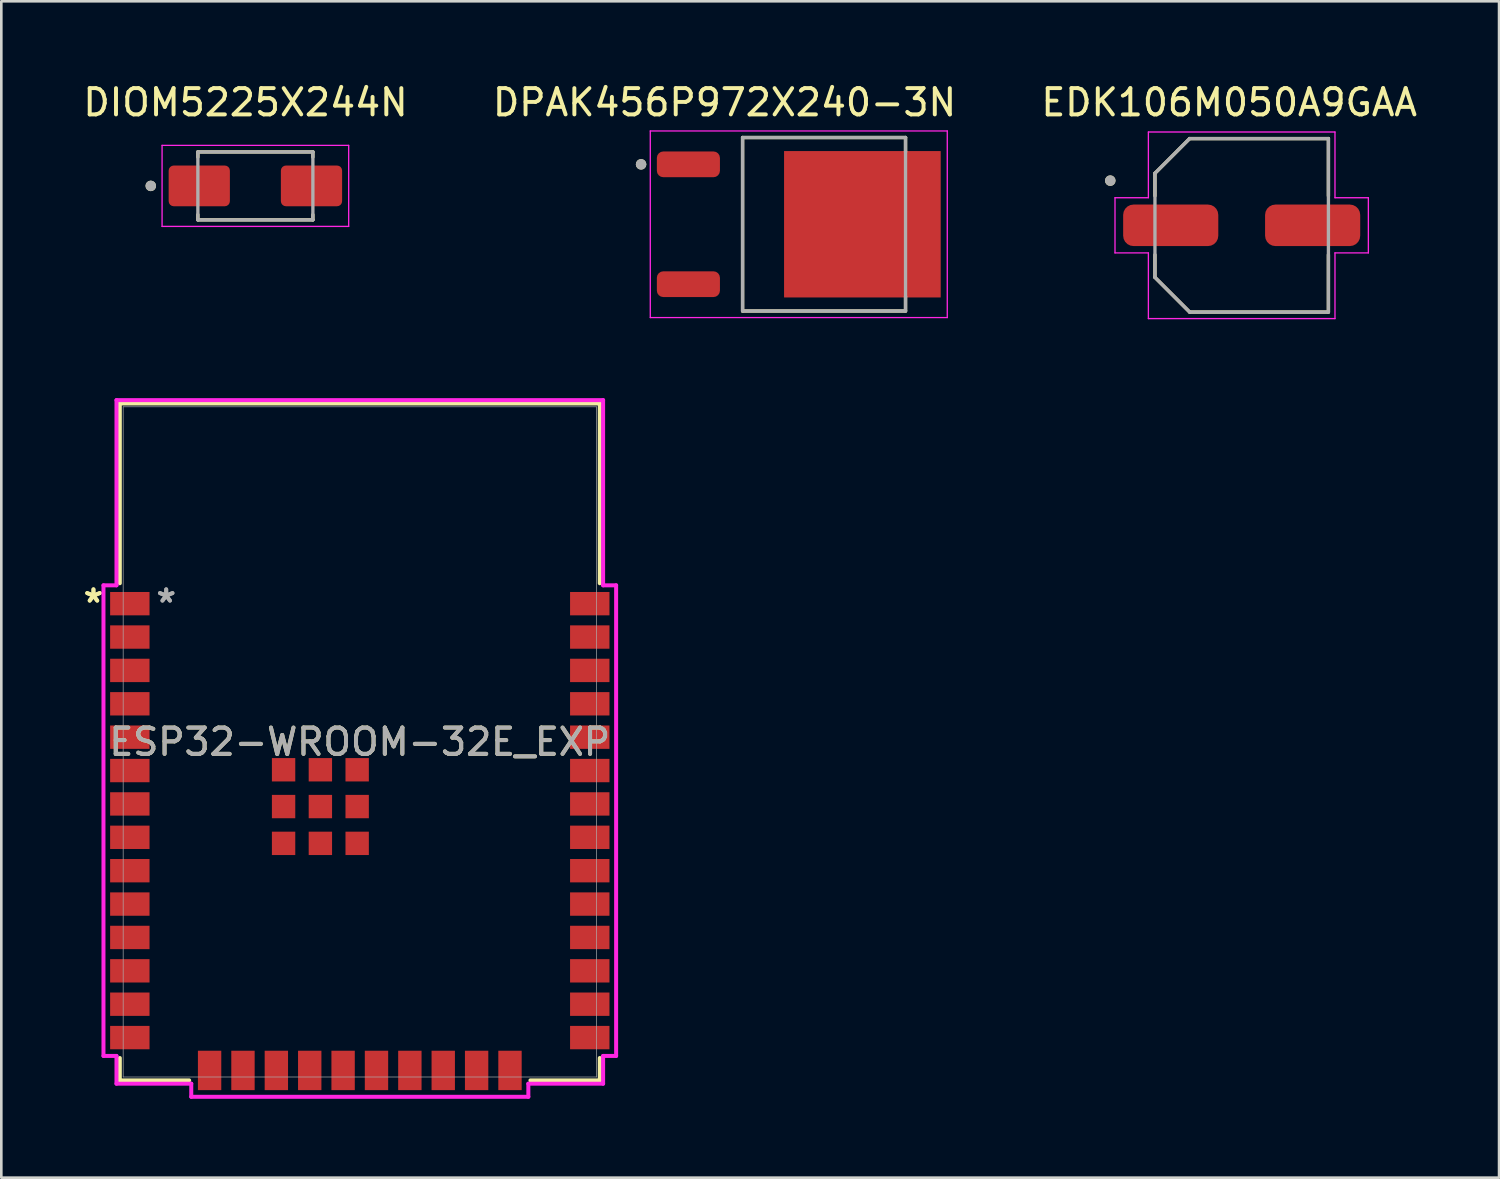
<source format=kicad_pcb>
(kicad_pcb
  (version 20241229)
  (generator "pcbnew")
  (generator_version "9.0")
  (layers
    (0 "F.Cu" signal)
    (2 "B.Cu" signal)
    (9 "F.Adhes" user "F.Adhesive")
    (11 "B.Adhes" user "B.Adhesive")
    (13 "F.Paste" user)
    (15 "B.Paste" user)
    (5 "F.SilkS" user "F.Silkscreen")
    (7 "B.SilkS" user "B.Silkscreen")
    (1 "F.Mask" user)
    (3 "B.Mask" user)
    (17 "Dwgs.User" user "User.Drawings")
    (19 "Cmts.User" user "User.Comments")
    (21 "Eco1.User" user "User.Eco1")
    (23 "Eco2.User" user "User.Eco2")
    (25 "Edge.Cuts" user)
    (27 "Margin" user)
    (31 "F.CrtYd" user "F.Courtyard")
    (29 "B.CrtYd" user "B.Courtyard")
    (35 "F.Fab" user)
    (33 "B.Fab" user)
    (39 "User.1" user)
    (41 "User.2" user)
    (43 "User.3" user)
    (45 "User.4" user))
  (footprint "ESP32-WROOM-32E_EXP"
    (layer "F.Cu")
    (at 10.64 25.179)
    (property "Reference" "ESP32-WROOM-32E_EXP" (at 0 0 0) (unlocked yes) (layer "F.SilkS") (effects (font (size 1 1) (thickness 0.15))))
    (attr smd)
    (fp_line (start -9.131 -12.878) (end -9.131 -6.037) (stroke (width 0.152) (type solid)) (layer "F.SilkS"))
    (fp_line (start -9.131 12.027) (end -9.131 12.878) (stroke (width 0.152) (type solid)) (layer "F.SilkS"))
    (fp_line (start -9.131 12.878) (end -6.492 12.878) (stroke (width 0.152) (type solid)) (layer "F.SilkS"))
    (fp_line (start 6.492 12.878) (end 9.131 12.878) (stroke (width 0.152) (type solid)) (layer "F.SilkS"))
    (fp_line (start 9.131 -12.878) (end -9.131 -12.878) (stroke (width 0.152) (type solid)) (layer "F.SilkS"))
    (fp_line (start 9.131 -6.037) (end 9.131 -12.878) (stroke (width 0.152) (type solid)) (layer "F.SilkS"))
    (fp_line (start 9.131 12.878) (end 9.131 12.027) (stroke (width 0.152) (type solid)) (layer "F.SilkS"))
    (fp_poly (pts (xy -9.004 -12.751) (xy -9.004 -6.553) (xy 9.004 -6.553) (xy 9.004 -12.751)) (stroke (width 0.1) (type solid)) (fill no) (layer "Eco2.User"))
    (fp_line (start -9.753 -5.958) (end -9.753 11.948) (stroke (width 0.152) (type solid)) (layer "F.CrtYd"))
    (fp_line (start -9.753 11.948) (end -9.258 11.948) (stroke (width 0.152) (type solid)) (layer "F.CrtYd"))
    (fp_line (start -9.258 -13.005) (end -9.258 -5.958) (stroke (width 0.152) (type solid)) (layer "F.CrtYd"))
    (fp_line (start -9.258 -5.958) (end -9.753 -5.958) (stroke (width 0.152) (type solid)) (layer "F.CrtYd"))
    (fp_line (start -9.258 11.948) (end -9.258 13.005) (stroke (width 0.152) (type solid)) (layer "F.CrtYd"))
    (fp_line (start -9.258 13.005) (end -6.413 13.005) (stroke (width 0.152) (type solid)) (layer "F.CrtYd"))
    (fp_line (start -6.413 13.005) (end -6.413 13.503) (stroke (width 0.152) (type solid)) (layer "F.CrtYd"))
    (fp_line (start -6.413 13.503) (end 6.413 13.503) (stroke (width 0.152) (type solid)) (layer "F.CrtYd"))
    (fp_line (start 6.413 13.005) (end 9.258 13.005) (stroke (width 0.152) (type solid)) (layer "F.CrtYd"))
    (fp_line (start 6.413 13.503) (end 6.413 13.005) (stroke (width 0.152) (type solid)) (layer "F.CrtYd"))
    (fp_line (start 9.258 -13.005) (end -9.258 -13.005) (stroke (width 0.152) (type solid)) (layer "F.CrtYd"))
    (fp_line (start 9.258 -5.958) (end 9.258 -13.005) (stroke (width 0.152) (type solid)) (layer "F.CrtYd"))
    (fp_line (start 9.258 11.948) (end 9.753 11.948) (stroke (width 0.152) (type solid)) (layer "F.CrtYd"))
    (fp_line (start 9.258 13.005) (end 9.258 11.948) (stroke (width 0.152) (type solid)) (layer "F.CrtYd"))
    (fp_line (start 9.753 -5.958) (end 9.258 -5.958) (stroke (width 0.152) (type solid)) (layer "F.CrtYd"))
    (fp_line (start 9.753 11.948) (end 9.753 -5.958) (stroke (width 0.152) (type solid)) (layer "F.CrtYd"))
    (fp_line (start -9.004 -12.751) (end -9.004 12.751) (stroke (width 0.025) (type solid)) (layer "F.Fab"))
    (fp_line (start -9.004 12.751) (end 9.004 12.751) (stroke (width 0.025) (type solid)) (layer "F.Fab"))
    (fp_line (start 9.004 -12.751) (end -9.004 -12.751) (stroke (width 0.025) (type solid)) (layer "F.Fab"))
    (fp_line (start 9.004 12.751) (end 9.004 -12.751) (stroke (width 0.025) (type solid)) (layer "F.Fab"))
    (fp_text user "*" (at -10.134 -5.26 0) (unlocked yes) (layer "F.SilkS") (effects (font (size 1 1) (thickness 0.15))))
    (fp_text user "*" (at -10.134 -5.26 0) (layer "F.SilkS") (effects (font (size 1 1) (thickness 0.15))))
    (fp_text user "${REFERENCE}" (at 0 0 0) (unlocked yes) (layer "F.Fab") (effects (font (size 1 1) (thickness 0.15))))
    (fp_text user "*" (at -7.366 -5.26 0) (unlocked yes) (layer "F.Fab") (effects (font (size 1 1) (thickness 0.15))))
    (fp_text user "*" (at -7.366 -5.26 0) (layer "F.Fab") (effects (font (size 1 1) (thickness 0.15))))
    (pad "1" smd rect (at -8.75 -5.26) (size 1.499 0.889) (layers "F.Cu" "F.Mask" "F.Paste"))
    (pad "2" smd rect (at -8.75 -3.99) (size 1.499 0.889) (layers "F.Cu" "F.Mask" "F.Paste"))
    (pad "3" smd rect (at -8.75 -2.72) (size 1.499 0.889) (layers "F.Cu" "F.Mask" "F.Paste"))
    (pad "4" smd rect (at -8.75 -1.45) (size 1.499 0.889) (layers "F.Cu" "F.Mask" "F.Paste"))
    (pad "5" smd rect (at -8.75 -0.18) (size 1.499 0.889) (layers "F.Cu" "F.Mask" "F.Paste"))
    (pad "6" smd rect (at -8.75 1.09) (size 1.499 0.889) (layers "F.Cu" "F.Mask" "F.Paste"))
    (pad "7" smd rect (at -8.75 2.36) (size 1.499 0.889) (layers "F.Cu" "F.Mask" "F.Paste"))
    (pad "8" smd rect (at -8.75 3.63) (size 1.499 0.889) (layers "F.Cu" "F.Mask" "F.Paste"))
    (pad "9" smd rect (at -8.75 4.9) (size 1.499 0.889) (layers "F.Cu" "F.Mask" "F.Paste"))
    (pad "10" smd rect (at -8.75 6.17) (size 1.499 0.889) (layers "F.Cu" "F.Mask" "F.Paste"))
    (pad "11" smd rect (at -8.75 7.44) (size 1.499 0.889) (layers "F.Cu" "F.Mask" "F.Paste"))
    (pad "12" smd rect (at -8.75 8.71) (size 1.499 0.889) (layers "F.Cu" "F.Mask" "F.Paste"))
    (pad "13" smd rect (at -8.75 9.98) (size 1.499 0.889) (layers "F.Cu" "F.Mask" "F.Paste"))
    (pad "14" smd rect (at -8.75 11.25) (size 1.499 0.889) (layers "F.Cu" "F.Mask" "F.Paste"))
    (pad "15" smd rect (at -5.715 12.5 90) (size 1.499 0.889) (layers "F.Cu" "F.Mask" "F.Paste"))
    (pad "16" smd rect (at -4.445 12.5 90) (size 1.499 0.889) (layers "F.Cu" "F.Mask" "F.Paste"))
    (pad "17" smd rect (at -3.175 12.5 90) (size 1.499 0.889) (layers "F.Cu" "F.Mask" "F.Paste"))
    (pad "18" smd rect (at -1.905 12.5 90) (size 1.499 0.889) (layers "F.Cu" "F.Mask" "F.Paste"))
    (pad "19" smd rect (at -0.635 12.5 90) (size 1.499 0.889) (layers "F.Cu" "F.Mask" "F.Paste"))
    (pad "20" smd rect (at 0.635 12.5 90) (size 1.499 0.889) (layers "F.Cu" "F.Mask" "F.Paste"))
    (pad "21" smd rect (at 1.905 12.5 90) (size 1.499 0.889) (layers "F.Cu" "F.Mask" "F.Paste"))
    (pad "22" smd rect (at 3.175 12.5 90) (size 1.499 0.889) (layers "F.Cu" "F.Mask" "F.Paste"))
    (pad "23" smd rect (at 4.445 12.5 90) (size 1.499 0.889) (layers "F.Cu" "F.Mask" "F.Paste"))
    (pad "24" smd rect (at 5.715 12.5 90) (size 1.499 0.889) (layers "F.Cu" "F.Mask" "F.Paste"))
    (pad "25" smd rect (at 8.75 11.25) (size 1.499 0.889) (layers "F.Cu" "F.Mask" "F.Paste"))
    (pad "26" smd rect (at 8.75 9.98) (size 1.499 0.889) (layers "F.Cu" "F.Mask" "F.Paste"))
    (pad "27" smd rect (at 8.75 8.71) (size 1.499 0.889) (layers "F.Cu" "F.Mask" "F.Paste"))
    (pad "28" smd rect (at 8.75 7.44) (size 1.499 0.889) (layers "F.Cu" "F.Mask" "F.Paste"))
    (pad "29" smd rect (at 8.75 6.17) (size 1.499 0.889) (layers "F.Cu" "F.Mask" "F.Paste"))
    (pad "30" smd rect (at 8.75 4.9) (size 1.499 0.889) (layers "F.Cu" "F.Mask" "F.Paste"))
    (pad "31" smd rect (at 8.75 3.63) (size 1.499 0.889) (layers "F.Cu" "F.Mask" "F.Paste"))
    (pad "32" smd rect (at 8.75 2.36) (size 1.499 0.889) (layers "F.Cu" "F.Mask" "F.Paste"))
    (pad "33" smd rect (at 8.75 1.09) (size 1.499 0.889) (layers "F.Cu" "F.Mask" "F.Paste"))
    (pad "34" smd rect (at 8.75 -0.18) (size 1.499 0.889) (layers "F.Cu" "F.Mask" "F.Paste"))
    (pad "35" smd rect (at 8.75 -1.45) (size 1.499 0.889) (layers "F.Cu" "F.Mask" "F.Paste"))
    (pad "36" smd rect (at 8.75 -2.72) (size 1.499 0.889) (layers "F.Cu" "F.Mask" "F.Paste"))
    (pad "37" smd rect (at 8.75 -3.99) (size 1.499 0.889) (layers "F.Cu" "F.Mask" "F.Paste"))
    (pad "38" smd rect (at 8.75 -5.26) (size 1.499 0.889) (layers "F.Cu" "F.Mask" "F.Paste"))
    (pad "39" smd rect (at -1.5 2.46) (size 0.889 0.889) (layers "F.Cu" "F.Mask" "F.Paste"))
    (pad "40" smd rect (at -2.9 1.06) (size 0.889 0.889) (layers "F.Cu" "F.Mask" "F.Paste"))
    (pad "41" smd rect (at -2.9 2.46) (size 0.889 0.889) (layers "F.Cu" "F.Mask" "F.Paste"))
    (pad "42" smd rect (at -2.9 3.86) (size 0.889 0.889) (layers "F.Cu" "F.Mask" "F.Paste"))
    (pad "43" smd rect (at -1.5 3.86) (size 0.889 0.889) (layers "F.Cu" "F.Mask" "F.Paste"))
    (pad "44" smd rect (at -0.1 3.86) (size 0.889 0.889) (layers "F.Cu" "F.Mask" "F.Paste"))
    (pad "45" smd rect (at -0.1 2.46) (size 0.889 0.889) (layers "F.Cu" "F.Mask" "F.Paste"))
    (pad "46" smd rect (at -0.1 1.06) (size 0.889 0.889) (layers "F.Cu" "F.Mask" "F.Paste"))
    (pad "47" smd rect (at -1.5 1.06) (size 0.889 0.889) (layers "F.Cu" "F.Mask" "F.Paste")))
  (footprint "DPAK456P972X240-3N"
    (layer "F.Cu")
    (at 27.343 5.483)
    (property "Reference" "DPAK456P972X240-3N" (at -2.825 -4.635 0) (layer "F.SilkS") (effects (font (size 1 1) (thickness 0.15))))
    (attr smd)
    (fp_line (start -2.138 -3.3) (end 4.062 -3.3) (stroke (width 0.127) (type solid)) (layer "F.SilkS"))
    (fp_line (start -2.138 3.3) (end -2.138 -3.3) (stroke (width 0.127) (type solid)) (layer "F.SilkS"))
    (fp_line (start 4.062 -2.755) (end 4.062 -3.3) (stroke (width 0.127) (type solid)) (layer "F.SilkS"))
    (fp_line (start 4.062 3.3) (end -2.138 3.3) (stroke (width 0.127) (type solid)) (layer "F.SilkS"))
    (fp_line (start 4.062 3.3) (end 4.062 2.755) (stroke (width 0.127) (type solid)) (layer "F.SilkS"))
    (fp_circle (center -6 -2.28) (end -5.9 -2.28) (stroke (width 0.2) (type solid)) (fill no) (layer "F.SilkS"))
    (fp_poly (pts (xy -0.03 -2.26) (xy 1.89 -2.26) (xy 1.89 -0.53) (xy -0.03 -0.53)) (stroke (width 0.01) (type solid)) (fill yes) (layer "F.Paste"))
    (fp_poly (pts (xy -0.03 0.53) (xy 1.89 0.53) (xy 1.89 2.26) (xy -0.03 2.26)) (stroke (width 0.01) (type solid)) (fill yes) (layer "F.Paste"))
    (fp_poly (pts (xy 2.95 -2.26) (xy 4.87 -2.26) (xy 4.87 -0.53) (xy 2.95 -0.53)) (stroke (width 0.01) (type solid)) (fill yes) (layer "F.Paste"))
    (fp_poly (pts (xy 2.95 0.53) (xy 4.87 0.53) (xy 4.87 2.26) (xy 2.95 2.26)) (stroke (width 0.01) (type solid)) (fill yes) (layer "F.Paste"))
    (fp_line (start -5.65 -3.55) (end 5.65 -3.55) (stroke (width 0.05) (type solid)) (layer "F.CrtYd"))
    (fp_line (start -5.65 3.55) (end -5.65 -3.55) (stroke (width 0.05) (type solid)) (layer "F.CrtYd"))
    (fp_line (start 5.65 -3.55) (end 5.65 3.55) (stroke (width 0.05) (type solid)) (layer "F.CrtYd"))
    (fp_line (start 5.65 3.55) (end -5.65 3.55) (stroke (width 0.05) (type solid)) (layer "F.CrtYd"))
    (fp_line (start -2.138 -3.3) (end 4.062 -3.3) (stroke (width 0.127) (type solid)) (layer "F.Fab"))
    (fp_line (start -2.138 3.3) (end -2.138 -3.3) (stroke (width 0.127) (type solid)) (layer "F.Fab"))
    (fp_line (start 4.062 -3.3) (end 4.062 3.3) (stroke (width 0.127) (type solid)) (layer "F.Fab"))
    (fp_line (start 4.062 3.3) (end -2.138 3.3) (stroke (width 0.127) (type solid)) (layer "F.Fab"))
    (fp_circle (center -6 -2.28) (end -5.9 -2.28) (stroke (width 0.2) (type solid)) (fill no) (layer "F.Fab"))
    (pad "1" smd roundrect (at -4.2 -2.28) (size 2.4 0.98) (layers "F.Cu" "F.Mask" "F.Paste") (roundrect_rratio 0.25))
    (pad "2" smd roundrect (at -4.2 2.28) (size 2.4 0.98) (layers "F.Cu" "F.Mask" "F.Paste") (roundrect_rratio 0.25))
    (pad "3" smd rect (at 2.42 0) (size 5.96 5.57) (layers "F.Cu" "F.Mask")))
  (footprint "EDK106M050A9GAA"
    (layer "F.Cu")
    (at 44.195 5.523)
    (property "Reference" "EDK106M050A9GAA" (at -0.475 -4.675 0) (layer "F.SilkS") (effects (font (size 1 1) (thickness 0.15))))
    (attr smd)
    (fp_line (start -3.3 -1.98) (end -1.98 -3.3) (stroke (width 0.127) (type solid)) (layer "F.SilkS"))
    (fp_line (start -3.3 -1.12) (end -3.3 -1.98) (stroke (width 0.127) (type solid)) (layer "F.SilkS"))
    (fp_line (start -3.3 1.98) (end -3.3 1.12) (stroke (width 0.127) (type solid)) (layer "F.SilkS"))
    (fp_line (start -1.98 -3.3) (end 3.3 -3.3) (stroke (width 0.127) (type solid)) (layer "F.SilkS"))
    (fp_line (start -1.98 3.3) (end -3.3 1.98) (stroke (width 0.127) (type solid)) (layer "F.SilkS"))
    (fp_line (start 3.3 -3.3) (end 3.3 -1.12) (stroke (width 0.127) (type solid)) (layer "F.SilkS"))
    (fp_line (start 3.3 1.12) (end 3.3 3.3) (stroke (width 0.127) (type solid)) (layer "F.SilkS"))
    (fp_line (start 3.3 3.3) (end -1.98 3.3) (stroke (width 0.127) (type solid)) (layer "F.SilkS"))
    (fp_circle (center -5 -1.7) (end -4.9 -1.7) (stroke (width 0.2) (type solid)) (fill no) (layer "F.SilkS"))
    (fp_line (start -4.82 -1.05) (end -3.55 -1.05) (stroke (width 0.05) (type solid)) (layer "F.CrtYd"))
    (fp_line (start -4.82 1.05) (end -4.82 -1.05) (stroke (width 0.05) (type solid)) (layer "F.CrtYd"))
    (fp_line (start -3.55 -3.55) (end 3.55 -3.55) (stroke (width 0.05) (type solid)) (layer "F.CrtYd"))
    (fp_line (start -3.55 -1.05) (end -3.55 -3.55) (stroke (width 0.05) (type solid)) (layer "F.CrtYd"))
    (fp_line (start -3.55 1.05) (end -4.82 1.05) (stroke (width 0.05) (type solid)) (layer "F.CrtYd"))
    (fp_line (start -3.55 3.55) (end -3.55 1.05) (stroke (width 0.05) (type solid)) (layer "F.CrtYd"))
    (fp_line (start 3.55 -3.55) (end 3.55 -1.05) (stroke (width 0.05) (type solid)) (layer "F.CrtYd"))
    (fp_line (start 3.55 -1.05) (end 4.82 -1.05) (stroke (width 0.05) (type solid)) (layer "F.CrtYd"))
    (fp_line (start 3.55 1.05) (end 3.55 3.55) (stroke (width 0.05) (type solid)) (layer "F.CrtYd"))
    (fp_line (start 3.55 3.55) (end -3.55 3.55) (stroke (width 0.05) (type solid)) (layer "F.CrtYd"))
    (fp_line (start 4.82 -1.05) (end 4.82 1.05) (stroke (width 0.05) (type solid)) (layer "F.CrtYd"))
    (fp_line (start 4.82 1.05) (end 3.55 1.05) (stroke (width 0.05) (type solid)) (layer "F.CrtYd"))
    (fp_line (start -3.3 -1.98) (end -1.98 -3.3) (stroke (width 0.127) (type solid)) (layer "F.Fab"))
    (fp_line (start -3.3 1.98) (end -3.3 -1.98) (stroke (width 0.127) (type solid)) (layer "F.Fab"))
    (fp_line (start -1.98 -3.3) (end 3.3 -3.3) (stroke (width 0.127) (type solid)) (layer "F.Fab"))
    (fp_line (start -1.98 3.3) (end -3.3 1.98) (stroke (width 0.127) (type solid)) (layer "F.Fab"))
    (fp_line (start 3.3 -3.3) (end 3.3 3.3) (stroke (width 0.127) (type solid)) (layer "F.Fab"))
    (fp_line (start 3.3 3.3) (end -1.98 3.3) (stroke (width 0.127) (type solid)) (layer "F.Fab"))
    (fp_circle (center -5 -1.7) (end -4.9 -1.7) (stroke (width 0.2) (type solid)) (fill no) (layer "F.Fab"))
    (pad "1" smd roundrect (at -2.7 0) (size 3.62 1.58) (layers "F.Cu" "F.Mask" "F.Paste") (roundrect_rratio 0.25))
    (pad "2" smd roundrect (at 2.7 0) (size 3.62 1.58) (layers "F.Cu" "F.Mask" "F.Paste") (roundrect_rratio 0.25)))
  (footprint "DIOM5225X244N"
    (layer "F.Cu")
    (at 6.667 4.023)
    (property "Reference" "DIOM5225X244N" (at -0.375 -3.175 0) (layer "F.SilkS") (effects (font (size 1 1) (thickness 0.15))))
    (attr smd)
    (fp_line (start -2.188 -1.292) (end -2.188 -1.095) (stroke (width 0.127) (type solid)) (layer "F.SilkS"))
    (fp_line (start -2.188 1.292) (end -2.188 1.095) (stroke (width 0.127) (type solid)) (layer "F.SilkS"))
    (fp_line (start -2.188 1.292) (end 2.188 1.292) (stroke (width 0.127) (type solid)) (layer "F.SilkS"))
    (fp_line (start 2.188 -1.292) (end -2.188 -1.292) (stroke (width 0.127) (type solid)) (layer "F.SilkS"))
    (fp_line (start 2.188 -1.095) (end 2.188 -1.292) (stroke (width 0.127) (type solid)) (layer "F.SilkS"))
    (fp_line (start 2.188 1.292) (end 2.188 1.095) (stroke (width 0.127) (type solid)) (layer "F.SilkS"))
    (fp_circle (center -3.98 0) (end -3.88 0) (stroke (width 0.2) (type solid)) (fill no) (layer "F.SilkS"))
    (fp_line (start -3.55 -1.542) (end -3.55 1.542) (stroke (width 0.05) (type solid)) (layer "F.CrtYd"))
    (fp_line (start -3.55 1.542) (end 3.55 1.542) (stroke (width 0.05) (type solid)) (layer "F.CrtYd"))
    (fp_line (start 3.55 -1.542) (end -3.55 -1.542) (stroke (width 0.05) (type solid)) (layer "F.CrtYd"))
    (fp_line (start 3.55 1.542) (end 3.55 -1.542) (stroke (width 0.05) (type solid)) (layer "F.CrtYd"))
    (fp_line (start -2.188 -1.292) (end -2.188 1.292) (stroke (width 0.127) (type solid)) (layer "F.Fab"))
    (fp_line (start -2.188 1.292) (end 2.188 1.292) (stroke (width 0.127) (type solid)) (layer "F.Fab"))
    (fp_line (start 2.188 -1.292) (end -2.188 -1.292) (stroke (width 0.127) (type solid)) (layer "F.Fab"))
    (fp_line (start 2.188 1.292) (end 2.188 -1.292) (stroke (width 0.127) (type solid)) (layer "F.Fab"))
    (fp_circle (center -3.98 0) (end -3.88 0) (stroke (width 0.2) (type solid)) (fill no) (layer "F.Fab"))
    (pad "A" smd roundrect (at 2.135 0) (size 2.33 1.55) (layers "F.Cu" "F.Mask" "F.Paste") (roundrect_rratio 0.125))
    (pad "C" smd roundrect (at -2.135 0) (size 2.33 1.55) (layers "F.Cu" "F.Mask" "F.Paste") (roundrect_rratio 0.125)))
  (gr_rect
    (start -3 -3)
    (end 53.988 41.759)
    (stroke (width 0.1) (type default))
    (fill no)
    (layer "Edge.Cuts")))
</source>
